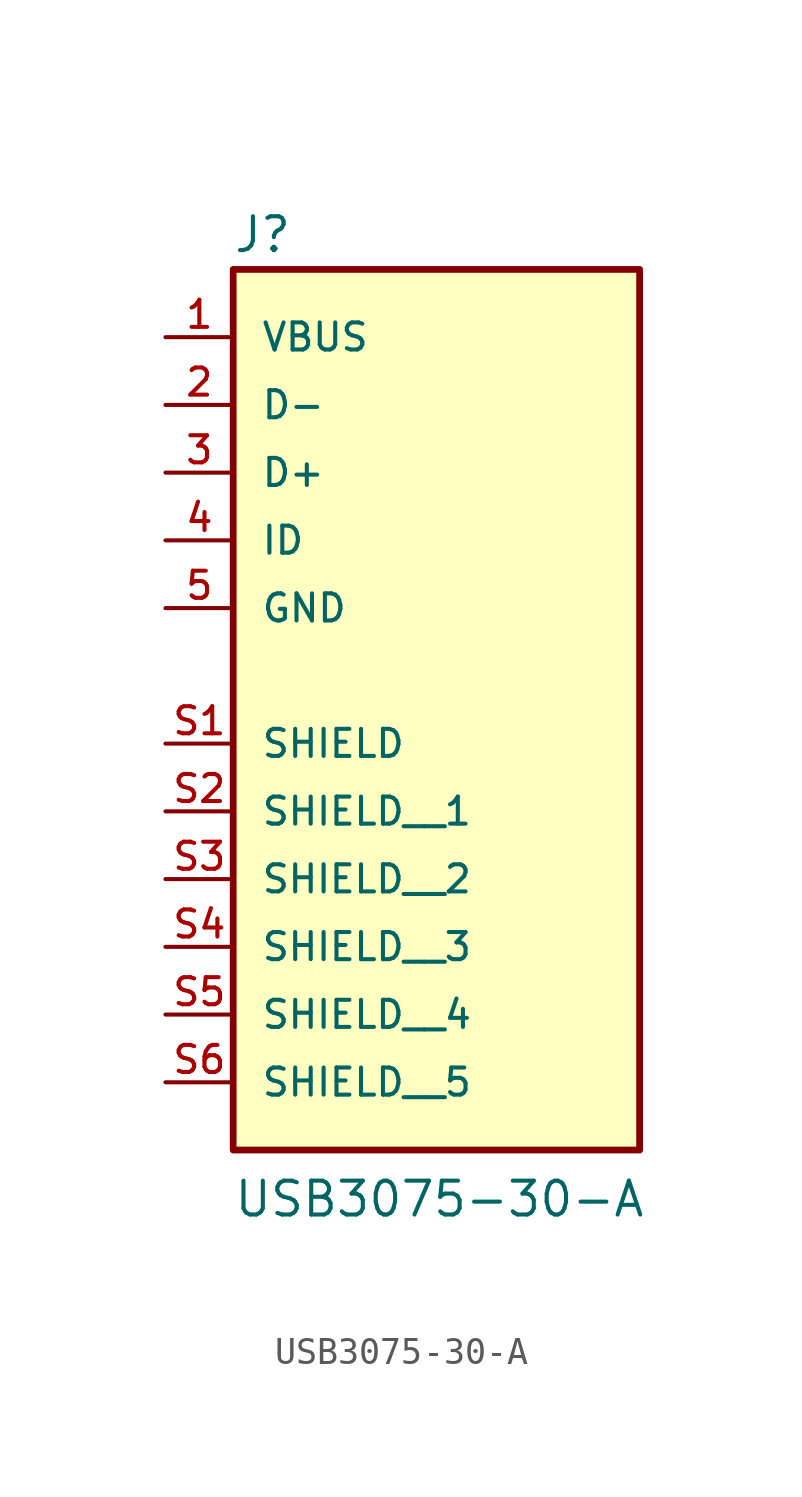
<source format=kicad_sym>
(kicad_symbol_lib
  (version 20211014)
  (generator kicad_symbol_editor)
  (symbol "USB3075-30-A"
    (pin_names
      (offset 1.016))
    (property "Reference" "J"
      (at -7.646 10.722 0)
      (effects (font (size 1.27 1.27)) (justify bottom left)))
    (property "Value" "USB3075-30-A"
      (at -7.637 -25.442 0)
      (effects (font (size 1.27 1.27)) (justify bottom left)))
    (symbol "USB3075-30-A_0_0"
      (rectangle (start -7.62 -22.86) (end 7.62 10.16) (stroke (width 0.254)) (fill (type background)))
      (pin power_in line (at -10.16 7.62 0) (length 2.54) (name "VBUS" (effects (font (size 1.016 1.016)))) (number "1" (effects (font (size 1.016 1.016)))))
      (pin bidirectional line (at -10.16 5.08 0) (length 2.54) (name "D-" (effects (font (size 1.016 1.016)))) (number "2" (effects (font (size 1.016 1.016)))))
      (pin bidirectional line (at -10.16 2.54 0) (length 2.54) (name "D+" (effects (font (size 1.016 1.016)))) (number "3" (effects (font (size 1.016 1.016)))))
      (pin power_in line (at -10.16 -2.54 0) (length 2.54) (name "GND" (effects (font (size 1.016 1.016)))) (number "5" (effects (font (size 1.016 1.016)))))
      (pin passive line (at -10.16 -7.62 0) (length 2.54) (name "SHIELD" (effects (font (size 1.016 1.016)))) (number "S1" (effects (font (size 1.016 1.016)))))
      (pin bidirectional line (at -10.16 0.0 0) (length 2.54) (name "ID" (effects (font (size 1.016 1.016)))) (number "4" (effects (font (size 1.016 1.016)))))
      (pin passive line (at -10.16 -10.16 0) (length 2.54) (name "SHIELD__1" (effects (font (size 1.016 1.016)))) (number "S2" (effects (font (size 1.016 1.016)))))
      (pin passive line (at -10.16 -12.7 0) (length 2.54) (name "SHIELD__2" (effects (font (size 1.016 1.016)))) (number "S3" (effects (font (size 1.016 1.016)))))
      (pin passive line (at -10.16 -15.24 0) (length 2.54) (name "SHIELD__3" (effects (font (size 1.016 1.016)))) (number "S4" (effects (font (size 1.016 1.016)))))
      (pin passive line (at -10.16 -17.78 0) (length 2.54) (name "SHIELD__4" (effects (font (size 1.016 1.016)))) (number "S5" (effects (font (size 1.016 1.016)))))
      (pin passive line (at -10.16 -20.32 0) (length 2.54) (name "SHIELD__5" (effects (font (size 1.016 1.016)))) (number "S6" (effects (font (size 1.016 1.016))))))))
</source>
